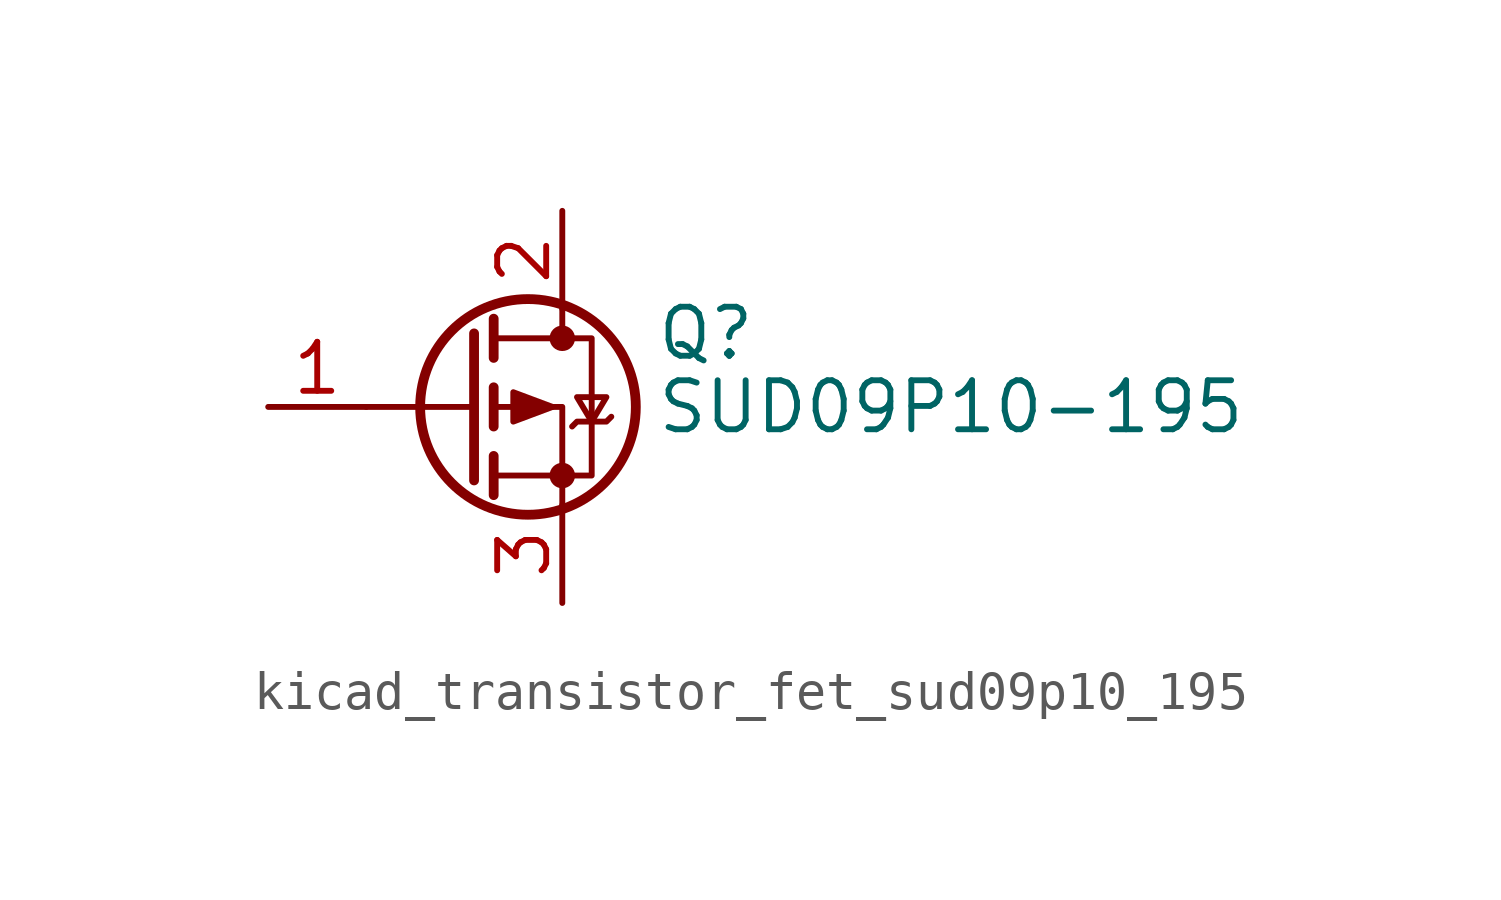
<source format=kicad_sym>
(kicad_symbol_lib
  (version 20220914)
  (generator kicad_symbol_editor)
  (symbol "kicad_transistor_fet_sud09p10_195"
    (pin_names hide)
    (property "Reference" "Q"
      (at 4.953 1.905 0)
      (effects (font (size 1.27 1.27)) (justify left)))
    (property "Value" "SUD09P10-195"
      (at 4.953 0 0)
      (effects (font (size 1.27 1.27)) (justify left)))
    (symbol "kicad_transistor_fet_sud09p10_195_0_1"
      (polyline (pts (xy 0.254 0) (xy -2.54 0)) (stroke (width 0) (type default)) (fill (type none)))
      (polyline (pts (xy 0.254 1.905) (xy 0.254 -1.905)) (stroke (width 0.254) (type default)) (fill (type none)))
      (polyline (pts (xy 0.762 -1.27) (xy 0.762 -2.286)) (stroke (width 0.254) (type default)) (fill (type none)))
      (polyline (pts (xy 0.762 0.508) (xy 0.762 -0.508)) (stroke (width 0.254) (type default)) (fill (type none)))
      (polyline (pts (xy 0.762 2.286) (xy 0.762 1.27)) (stroke (width 0.254) (type default)) (fill (type none)))
      (polyline (pts (xy 2.54 2.54) (xy 2.54 1.778)) (stroke (width 0) (type default)) (fill (type none)))
      (polyline (pts (xy 2.54 -2.54) (xy 2.54 0) (xy 0.762 0)) (stroke (width 0) (type default)) (fill (type none)))
      (polyline (pts (xy 0.762 1.778) (xy 3.302 1.778) (xy 3.302 -1.778) (xy 0.762 -1.778)) (stroke (width 0) (type default)) (fill (type none)))
      (polyline (pts (xy 2.286 0) (xy 1.27 0.381) (xy 1.27 -0.381) (xy 2.286 0)) (stroke (width 0) (type default)) (fill (type outline)))
      (polyline (pts (xy 2.794 -0.508) (xy 2.921 -0.381) (xy 3.683 -0.381) (xy 3.81 -0.254)) (stroke (width 0) (type default)) (fill (type none)))
      (polyline (pts (xy 3.302 -0.381) (xy 2.921 0.254) (xy 3.683 0.254) (xy 3.302 -0.381)) (stroke (width 0) (type default)) (fill (type none)))
      (circle (center 1.651 0) (radius 2.794) (stroke (width 0.254) (type default)) (fill (type none)))
      (circle (center 2.54 -1.778) (radius 0.254) (stroke (width 0) (type default)) (fill (type outline)))
      (circle (center 2.54 1.778) (radius 0.254) (stroke (width 0) (type default)) (fill (type outline))))
    (symbol "kicad_transistor_fet_sud09p10_195_1_1"
      (pin input line (at -5.08 0 0) (length 2.54) (name "G" (effects (font (size 1.27 1.27)))) (number "1" (effects (font (size 1.27 1.27)))))
      (pin passive line (at 2.54 5.08 270) (length 2.54) (name "D" (effects (font (size 1.27 1.27)))) (number "2" (effects (font (size 1.27 1.27)))))
      (pin passive line (at 2.54 -5.08 90) (length 2.54) (name "S" (effects (font (size 1.27 1.27)))) (number "3" (effects (font (size 1.27 1.27))))))))
</source>
